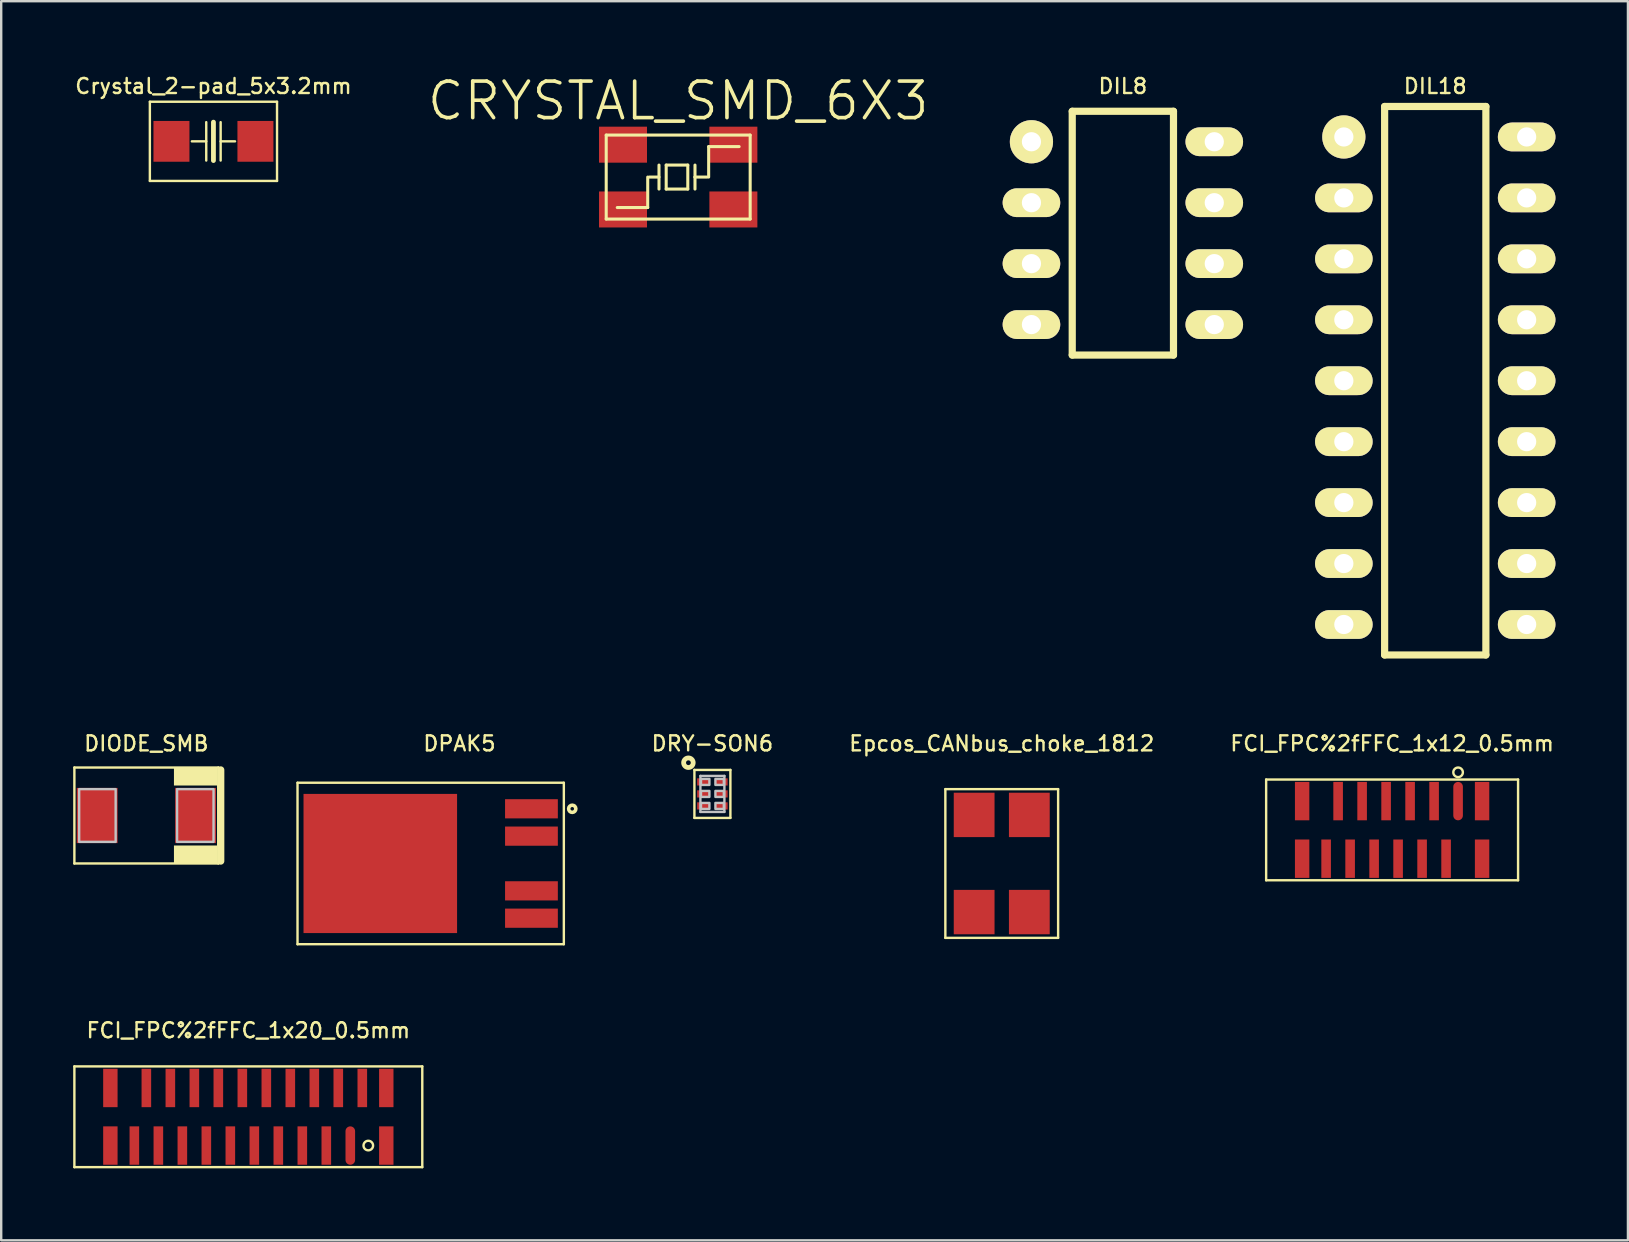
<source format=kicad_pcb>
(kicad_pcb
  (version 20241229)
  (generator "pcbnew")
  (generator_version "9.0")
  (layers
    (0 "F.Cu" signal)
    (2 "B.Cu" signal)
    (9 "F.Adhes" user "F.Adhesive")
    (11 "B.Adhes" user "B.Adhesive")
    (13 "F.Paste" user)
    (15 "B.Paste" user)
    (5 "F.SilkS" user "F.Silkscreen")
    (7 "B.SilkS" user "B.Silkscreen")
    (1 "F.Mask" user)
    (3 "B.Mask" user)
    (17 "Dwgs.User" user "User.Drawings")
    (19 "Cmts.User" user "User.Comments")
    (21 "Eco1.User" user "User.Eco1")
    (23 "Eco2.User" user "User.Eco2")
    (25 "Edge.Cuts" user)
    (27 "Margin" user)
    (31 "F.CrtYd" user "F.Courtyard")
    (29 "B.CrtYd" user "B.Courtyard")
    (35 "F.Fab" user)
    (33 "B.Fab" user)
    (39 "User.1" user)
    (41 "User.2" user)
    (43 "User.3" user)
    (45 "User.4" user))
  (footprint "CRYSTAL_SMD_6X3"
    (layer "F.Cu")
    (at 25.216 4.33)
    (property "Reference" "CRYSTAL_SMD_6X3" (at 0 -3.175 0) (layer "F.SilkS") (effects (font (size 1.524 1.524) (thickness 0.15))))
    (attr through_hole)
    (fp_line (start -3 -1.75) (end 3 -1.75) (stroke (width 0.127) (type solid)) (layer "F.SilkS"))
    (fp_line (start -3 1.75) (end -3 -1.75) (stroke (width 0.127) (type solid)) (layer "F.SilkS"))
    (fp_line (start -2.54 1.27) (end -1.27 1.27) (stroke (width 0.127) (type solid)) (layer "F.SilkS"))
    (fp_line (start -1.27 1.27) (end -1.27 0) (stroke (width 0.127) (type solid)) (layer "F.SilkS"))
    (fp_line (start -1.2 0) (end -0.8 0) (stroke (width 0.127) (type solid)) (layer "F.SilkS"))
    (fp_line (start -0.8 -0.5) (end -0.8 0.5) (stroke (width 0.127) (type solid)) (layer "F.SilkS"))
    (fp_line (start -0.5 -0.5) (end -0.5 0.5) (stroke (width 0.127) (type solid)) (layer "F.SilkS"))
    (fp_line (start -0.5 0.5) (end 0.4 0.5) (stroke (width 0.127) (type solid)) (layer "F.SilkS"))
    (fp_line (start 0.4 -0.5) (end -0.5 -0.5) (stroke (width 0.127) (type solid)) (layer "F.SilkS"))
    (fp_line (start 0.4 0.5) (end 0.4 -0.5) (stroke (width 0.127) (type solid)) (layer "F.SilkS"))
    (fp_line (start 0.7 0) (end 0.7 -0.5) (stroke (width 0.127) (type solid)) (layer "F.SilkS"))
    (fp_line (start 0.7 0) (end 0.7 0.5) (stroke (width 0.127) (type solid)) (layer "F.SilkS"))
    (fp_line (start 1.2 0) (end 0.7 0) (stroke (width 0.127) (type solid)) (layer "F.SilkS"))
    (fp_line (start 1.27 -1.27) (end 1.27 0) (stroke (width 0.127) (type solid)) (layer "F.SilkS"))
    (fp_line (start 2.54 -1.27) (end 1.27 -1.27) (stroke (width 0.127) (type solid)) (layer "F.SilkS"))
    (fp_line (start 3 -1.75) (end 3 1.75) (stroke (width 0.127) (type solid)) (layer "F.SilkS"))
    (fp_line (start 3 1.75) (end -3 1.75) (stroke (width 0.127) (type solid)) (layer "F.SilkS"))
    (pad "1" smd rect (at -2.3 1.35) (size 2 1.5) (layers "F.Cu" "F.Mask" "F.Paste"))
    (pad "2" smd rect (at 2.3 -1.35) (size 2 1.5) (layers "F.Cu" "F.Mask" "F.Paste"))
    (pad "PNC1" smd rect (at -2.3 -1.35) (size 2 1.5) (layers "F.Cu" "F.Mask" "F.Paste"))
    (pad "PNC2" smd rect (at 2.3 1.35) (size 2 1.5) (layers "F.Cu" "F.Mask" "F.Paste")))
  (footprint "DIODE_SMB"
    (layer "F.Cu")
    (at 3.05 30.939)
    (property "Reference" "DIODE_SMB" (at 0 -3 0) (layer "F.SilkS") (effects (font (size 0.625 0.625) (thickness 0.1))))
    (attr through_hole)
    (fp_line (start -3 -2) (end -3 2) (stroke (width 0.1) (type solid)) (layer "F.SilkS"))
    (fp_line (start -3 2) (end 3 2) (stroke (width 0.1) (type solid)) (layer "F.SilkS"))
    (fp_line (start 3 -2) (end -3 -2) (stroke (width 0.1) (type solid)) (layer "F.SilkS"))
    (fp_line (start 3 2) (end 3 -2) (stroke (width 0.1) (type solid)) (layer "F.SilkS"))
    (fp_line (start 3.1 1.9) (end 3.1 -1.9) (stroke (width 0.3) (type solid)) (layer "F.SilkS"))
    (fp_poly (pts (xy 1.15 -2) (xy 1.15 -1.25) (xy 2.95 -1.25) (xy 2.95 -2) (xy 1.15 -2)) (stroke (width 0) (type solid)) (fill yes) (layer "F.SilkS"))
    (fp_poly (pts (xy 1.15 1.25) (xy 1.15 2) (xy 2.95 2) (xy 2.95 1.25) (xy 1.15 1.25)) (stroke (width 0) (type solid)) (fill yes) (layer "F.SilkS"))
    (fp_poly (pts (xy -2.8 -1.1) (xy -2.8 1.1) (xy -1.28 1.1) (xy -1.28 -1.1) (xy -2.8 -1.1)) (stroke (width 0.1) (type solid)) (fill no) (layer "Dwgs.User"))
    (fp_poly (pts (xy 1.28 -1.1) (xy 1.28 1.1) (xy 2.8 1.1) (xy 2.8 -1.1) (xy 1.28 -1.1)) (stroke (width 0.1) (type solid)) (fill no) (layer "Dwgs.User"))
    (pad "1" smd rect (at -2.05 0) (size 1.7 2.3) (layers "F.Cu" "F.Mask" "F.Paste"))
    (pad "2" smd rect (at 2.05 0) (size 1.7 2.3) (layers "F.Cu" "F.Mask" "F.Paste")))
  (footprint "DIL18"
    (layer "F.Cu")
    (at 56.769 12.818)
    (property "Reference" "DIL18" (at 0 -12.277 0) (layer "F.SilkS") (effects (font (size 0.625 0.625) (thickness 0.1))))
    (attr through_hole)
    (fp_line (start -2.11 11.43) (end -2.11 -11.43) (stroke (width 0.3) (type solid)) (layer "F.SilkS"))
    (fp_line (start -2.11 11.43) (end 2.11 11.43) (stroke (width 0.3) (type solid)) (layer "F.SilkS"))
    (fp_line (start 2.11 -11.43) (end -2.11 -11.43) (stroke (width 0.3) (type solid)) (layer "F.SilkS"))
    (fp_line (start 2.11 -11.43) (end 2.11 11.43) (stroke (width 0.3) (type solid)) (layer "F.SilkS"))
    (pad "1" thru_hole circle (at -3.81 -10.16 180) (size 1.8 1.8) (drill 0.8) (layers "*.Cu" "*.Mask" "F.SilkS"))
    (pad "2" thru_hole oval (at -3.81 -7.62 180) (size 2.4 1.2) (drill 0.8) (layers "*.Cu" "*.Mask" "F.SilkS"))
    (pad "3" thru_hole oval (at -3.81 -5.08 180) (size 2.4 1.2) (drill 0.8) (layers "*.Cu" "*.Mask" "F.SilkS"))
    (pad "4" thru_hole oval (at -3.81 -2.54 180) (size 2.4 1.2) (drill 0.8) (layers "*.Cu" "*.Mask" "F.SilkS"))
    (pad "5" thru_hole oval (at -3.81 0 180) (size 2.4 1.2) (drill 0.8) (layers "*.Cu" "*.Mask" "F.SilkS"))
    (pad "6" thru_hole oval (at -3.81 2.54 180) (size 2.4 1.2) (drill 0.8) (layers "*.Cu" "*.Mask" "F.SilkS"))
    (pad "7" thru_hole oval (at -3.81 5.08 180) (size 2.4 1.2) (drill 0.8) (layers "*.Cu" "*.Mask" "F.SilkS"))
    (pad "8" thru_hole oval (at -3.81 7.62 180) (size 2.4 1.2) (drill 0.8) (layers "*.Cu" "*.Mask" "F.SilkS"))
    (pad "9" thru_hole oval (at -3.81 10.16 180) (size 2.4 1.2) (drill 0.8) (layers "*.Cu" "*.Mask" "F.SilkS"))
    (pad "10" thru_hole oval (at 3.81 10.16) (size 2.4 1.2) (drill 0.8) (layers "*.Cu" "*.Mask" "F.SilkS"))
    (pad "11" thru_hole oval (at 3.81 7.62) (size 2.4 1.2) (drill 0.8) (layers "*.Cu" "*.Mask" "F.SilkS"))
    (pad "12" thru_hole oval (at 3.81 5.08) (size 2.4 1.2) (drill 0.8) (layers "*.Cu" "*.Mask" "F.SilkS"))
    (pad "13" thru_hole oval (at 3.81 2.54) (size 2.4 1.2) (drill 0.8) (layers "*.Cu" "*.Mask" "F.SilkS"))
    (pad "14" thru_hole oval (at 3.81 0) (size 2.4 1.2) (drill 0.8) (layers "*.Cu" "*.Mask" "F.SilkS"))
    (pad "15" thru_hole oval (at 3.81 -2.54) (size 2.4 1.2) (drill 0.8) (layers "*.Cu" "*.Mask" "F.SilkS"))
    (pad "16" thru_hole oval (at 3.81 -5.08) (size 2.4 1.2) (drill 0.8) (layers "*.Cu" "*.Mask" "F.SilkS"))
    (pad "17" thru_hole oval (at 3.81 -7.62) (size 2.4 1.2) (drill 0.8) (layers "*.Cu" "*.Mask" "F.SilkS"))
    (pad "18" thru_hole oval (at 3.81 -10.16) (size 2.4 1.2) (drill 0.8) (layers "*.Cu" "*.Mask" "F.SilkS")))
  (footprint "FCI_FPC%2fFFC_1x20_0.5mm"
    (layer "F.Cu")
    (at 7.3 43.495)
    (property "Reference" "FCI_FPC%2fFFC_1x20_0.5mm" (at 0 -3.6 0) (layer "F.SilkS") (effects (font (size 0.625 0.625) (thickness 0.1))))
    (attr through_hole)
    (fp_line (start -7.25 -2.1) (end -7.25 2.1) (stroke (width 0.1) (type solid)) (layer "F.SilkS"))
    (fp_line (start -7.25 2.1) (end 7.25 2.1) (stroke (width 0.1) (type solid)) (layer "F.SilkS"))
    (fp_line (start 7.25 -2.1) (end -7.25 -2.1) (stroke (width 0.1) (type solid)) (layer "F.SilkS"))
    (fp_line (start 7.25 2.1) (end 7.25 -2.1) (stroke (width 0.1) (type solid)) (layer "F.SilkS"))
    (fp_circle (center 5 1.2) (end 5.141 1.341) (stroke (width 0.1) (type solid)) (fill no) (layer "F.SilkS"))
    (pad "1" smd oval (at 4.25 1.2 90) (size 1.6 0.4) (layers "F.Cu" "F.Mask" "F.Paste"))
    (pad "2" smd rect (at 4.75 -1.2 270) (size 1.6 0.4) (layers "F.Cu" "F.Mask" "F.Paste"))
    (pad "3" smd rect (at 3.25 1.2 90) (size 1.6 0.4) (layers "F.Cu" "F.Mask" "F.Paste"))
    (pad "4" smd rect (at 3.75 -1.2 270) (size 1.6 0.4) (layers "F.Cu" "F.Mask" "F.Paste"))
    (pad "5" smd rect (at 2.25 1.2 90) (size 1.6 0.4) (layers "F.Cu" "F.Mask" "F.Paste"))
    (pad "6" smd rect (at 2.75 -1.2 270) (size 1.6 0.4) (layers "F.Cu" "F.Mask" "F.Paste"))
    (pad "7" smd rect (at 1.25 1.2 90) (size 1.6 0.4) (layers "F.Cu" "F.Mask" "F.Paste"))
    (pad "8" smd rect (at 1.75 -1.2 270) (size 1.6 0.4) (layers "F.Cu" "F.Mask" "F.Paste"))
    (pad "9" smd rect (at 0.25 1.2 90) (size 1.6 0.4) (layers "F.Cu" "F.Mask" "F.Paste"))
    (pad "10" smd rect (at 0.75 -1.2 270) (size 1.6 0.4) (layers "F.Cu" "F.Mask" "F.Paste"))
    (pad "11" smd rect (at -0.75 1.2 90) (size 1.6 0.4) (layers "F.Cu" "F.Mask" "F.Paste"))
    (pad "12" smd rect (at -0.25 -1.2 270) (size 1.6 0.4) (layers "F.Cu" "F.Mask" "F.Paste"))
    (pad "13" smd rect (at -1.75 1.2 90) (size 1.6 0.4) (layers "F.Cu" "F.Mask" "F.Paste"))
    (pad "14" smd rect (at -1.25 -1.2 270) (size 1.6 0.4) (layers "F.Cu" "F.Mask" "F.Paste"))
    (pad "15" smd rect (at -2.75 1.2 90) (size 1.6 0.4) (layers "F.Cu" "F.Mask" "F.Paste"))
    (pad "16" smd rect (at -2.25 -1.2 270) (size 1.6 0.4) (layers "F.Cu" "F.Mask" "F.Paste"))
    (pad "17" smd rect (at -3.75 1.2 90) (size 1.6 0.4) (layers "F.Cu" "F.Mask" "F.Paste"))
    (pad "18" smd rect (at -3.25 -1.2 270) (size 1.6 0.4) (layers "F.Cu" "F.Mask" "F.Paste"))
    (pad "19" smd rect (at -4.75 1.2 90) (size 1.6 0.4) (layers "F.Cu" "F.Mask" "F.Paste"))
    (pad "20" smd rect (at -4.25 -1.2 270) (size 1.6 0.4) (layers "F.Cu" "F.Mask" "F.Paste"))
    (pad "21" smd rect (at 5.75 1.2 180) (size 0.6 1.6) (layers "F.Cu" "F.Mask" "F.Paste"))
    (pad "22" smd rect (at 5.75 -1.2) (size 0.6 1.6) (layers "F.Cu" "F.Mask" "F.Paste"))
    (pad "23" smd rect (at -5.75 1.2) (size 0.6 1.6) (layers "F.Cu" "F.Mask" "F.Paste"))
    (pad "24" smd rect (at -5.75 -1.2 180) (size 0.6 1.6) (layers "F.Cu" "F.Mask" "F.Paste")))
  (footprint "Epcos_CANbus_choke_1812"
    (layer "F.Cu")
    (at 38.701 32.939)
    (property "Reference" "Epcos_CANbus_choke_1812" (at 0 -5 0) (layer "F.SilkS") (effects (font (size 0.625 0.625) (thickness 0.1))))
    (attr through_hole)
    (fp_line (start -2.35 -3.1) (end -2.35 3.1) (stroke (width 0.1) (type solid)) (layer "F.SilkS"))
    (fp_line (start -2.35 3.1) (end 2.35 3.1) (stroke (width 0.1) (type solid)) (layer "F.SilkS"))
    (fp_line (start 2.35 -3.1) (end -2.35 -3.1) (stroke (width 0.1) (type solid)) (layer "F.SilkS"))
    (fp_line (start 2.35 3.1) (end 2.35 -3.1) (stroke (width 0.1) (type solid)) (layer "F.SilkS"))
    (pad "1" smd rect (at -1.15 -2.025 180) (size 1.7 1.85) (layers "F.Cu" "F.Mask" "F.Paste"))
    (pad "2" smd rect (at -1.15 2.025 180) (size 1.7 1.85) (layers "F.Cu" "F.Mask" "F.Paste"))
    (pad "3" smd rect (at 1.15 2.025) (size 1.7 1.85) (layers "F.Cu" "F.Mask" "F.Paste"))
    (pad "4" smd rect (at 1.15 -2.025) (size 1.7 1.85) (layers "F.Cu" "F.Mask" "F.Paste")))
  (footprint "Crystal_2-pad_5x3.2mm"
    (layer "F.Cu")
    (at 5.846 2.841)
    (property "Reference" "Crystal_2-pad_5x3.2mm" (at 0 -2.3 0) (layer "F.SilkS") (effects (font (size 0.625 0.625) (thickness 0.1))))
    (attr through_hole)
    (fp_line (start -2.65 -1.65) (end -2.65 1.65) (stroke (width 0.1) (type solid)) (layer "F.SilkS"))
    (fp_line (start -2.65 1.65) (end 2.65 1.65) (stroke (width 0.1) (type solid)) (layer "F.SilkS"))
    (fp_line (start -0.3 0) (end -0.9 0) (stroke (width 0.1) (type solid)) (layer "F.SilkS"))
    (fp_line (start -0.3 0.8) (end -0.3 -0.8) (stroke (width 0.1) (type solid)) (layer "F.SilkS"))
    (fp_line (start 0 0.8) (end 0 -0.8) (stroke (width 0.2) (type solid)) (layer "F.SilkS"))
    (fp_line (start 0.3 0) (end 0.9 0) (stroke (width 0.1) (type solid)) (layer "F.SilkS"))
    (fp_line (start 0.3 0.8) (end 0.3 -0.8) (stroke (width 0.1) (type solid)) (layer "F.SilkS"))
    (fp_line (start 2.65 -1.65) (end -2.65 -1.65) (stroke (width 0.1) (type solid)) (layer "F.SilkS"))
    (fp_line (start 2.65 1.65) (end 2.65 -1.65) (stroke (width 0.1) (type solid)) (layer "F.SilkS"))
    (pad "1" smd rect (at -1.75 0) (size 1.5 1.7) (layers "F.Cu" "F.Mask" "F.Paste"))
    (pad "2" smd rect (at 1.75 0) (size 1.5 1.7) (layers "F.Cu" "F.Mask" "F.Paste")))
  (footprint "DRY-SON6"
    (layer "F.Cu")
    (at 26.642 30.039)
    (property "Reference" "DRY-SON6" (at 0 -2.1 0) (layer "F.SilkS") (effects (font (size 0.625 0.625) (thickness 0.1))))
    (attr through_hole)
    (fp_line (start -0.75 -1) (end -0.75 1) (stroke (width 0.1) (type solid)) (layer "F.SilkS"))
    (fp_line (start -0.75 1) (end 0.75 1) (stroke (width 0.1) (type solid)) (layer "F.SilkS"))
    (fp_line (start 0.75 -1) (end -0.75 -1) (stroke (width 0.1) (type solid)) (layer "F.SilkS"))
    (fp_line (start 0.75 1) (end 0.75 -1) (stroke (width 0.1) (type solid)) (layer "F.SilkS"))
    (fp_circle (center -1 -1.3) (end -0.859 -1.159) (stroke (width 0.2) (type solid)) (fill no) (layer "F.SilkS"))
    (fp_line (start -0.5 -0.75) (end -0.5 0.75) (stroke (width 0.1) (type solid)) (layer "Dwgs.User"))
    (fp_line (start -0.5 0.75) (end 0.5 0.75) (stroke (width 0.1) (type solid)) (layer "Dwgs.User"))
    (fp_line (start 0.5 -0.75) (end -0.5 -0.75) (stroke (width 0.1) (type solid)) (layer "Dwgs.User"))
    (fp_line (start 0.5 0.75) (end 0.5 -0.75) (stroke (width 0.1) (type solid)) (layer "Dwgs.User"))
    (fp_poly (pts (xy -0.475 -0.625) (xy -0.475 -0.375) (xy -0.125 -0.375) (xy -0.125 -0.625) (xy -0.475 -0.625)) (stroke (width 0.1) (type solid)) (fill no) (layer "Dwgs.User"))
    (fp_poly (pts (xy -0.475 -0.125) (xy -0.475 0.125) (xy -0.125 0.125) (xy -0.125 -0.125) (xy -0.475 -0.125)) (stroke (width 0.1) (type solid)) (fill no) (layer "Dwgs.User"))
    (fp_poly (pts (xy -0.475 0.375) (xy -0.475 0.625) (xy -0.125 0.625) (xy -0.125 0.375) (xy -0.475 0.375)) (stroke (width 0.1) (type solid)) (fill no) (layer "Dwgs.User"))
    (fp_poly (pts (xy 0.125 -0.625) (xy 0.125 -0.375) (xy 0.475 -0.375) (xy 0.475 -0.625) (xy 0.125 -0.625)) (stroke (width 0.1) (type solid)) (fill no) (layer "Dwgs.User"))
    (fp_poly (pts (xy 0.125 -0.125) (xy 0.125 0.125) (xy 0.475 0.125) (xy 0.475 -0.125) (xy 0.125 -0.125)) (stroke (width 0.1) (type solid)) (fill no) (layer "Dwgs.User"))
    (fp_poly (pts (xy 0.125 0.375) (xy 0.125 0.625) (xy 0.475 0.625) (xy 0.475 0.375) (xy 0.125 0.375)) (stroke (width 0.1) (type solid)) (fill no) (layer "Dwgs.User"))
    (pad "1" smd rect (at -0.375 -0.5 180) (size 0.52 0.3) (layers "F.Cu" "F.Mask" "F.Paste"))
    (pad "2" smd rect (at -0.375 0 180) (size 0.52 0.3) (layers "F.Cu" "F.Mask" "F.Paste"))
    (pad "3" smd rect (at -0.375 0.5 180) (size 0.52 0.3) (layers "F.Cu" "F.Mask" "F.Paste"))
    (pad "4" smd rect (at 0.375 0.5) (size 0.52 0.3) (layers "F.Cu" "F.Mask" "F.Paste"))
    (pad "5" smd rect (at 0.375 0) (size 0.52 0.3) (layers "F.Cu" "F.Mask" "F.Paste"))
    (pad "6" smd rect (at 0.375 -0.5) (size 0.52 0.3) (layers "F.Cu" "F.Mask" "F.Paste")))
  (footprint "DIL8"
    (layer "F.Cu")
    (at 43.749 6.668)
    (property "Reference" "DIL8" (at 0 -6.127 0) (layer "F.SilkS") (effects (font (size 0.625 0.625) (thickness 0.1))))
    (attr through_hole)
    (fp_line (start -2.11 5.08) (end -2.11 -5.08) (stroke (width 0.3) (type solid)) (layer "F.SilkS"))
    (fp_line (start -2.11 5.08) (end 2.11 5.08) (stroke (width 0.3) (type solid)) (layer "F.SilkS"))
    (fp_line (start 2.11 -5.08) (end -2.11 -5.08) (stroke (width 0.3) (type solid)) (layer "F.SilkS"))
    (fp_line (start 2.11 -5.08) (end 2.11 5.08) (stroke (width 0.3) (type solid)) (layer "F.SilkS"))
    (pad "1" thru_hole circle (at -3.81 -3.81 180) (size 1.8 1.8) (drill 0.8) (layers "*.Cu" "*.Mask" "F.SilkS"))
    (pad "2" thru_hole oval (at -3.81 -1.27 180) (size 2.4 1.2) (drill 0.8) (layers "*.Cu" "*.Mask" "F.SilkS"))
    (pad "3" thru_hole oval (at -3.81 1.27 180) (size 2.4 1.2) (drill 0.8) (layers "*.Cu" "*.Mask" "F.SilkS"))
    (pad "4" thru_hole oval (at -3.81 3.81 180) (size 2.4 1.2) (drill 0.8) (layers "*.Cu" "*.Mask" "F.SilkS"))
    (pad "5" thru_hole oval (at 3.81 3.81) (size 2.4 1.2) (drill 0.8) (layers "*.Cu" "*.Mask" "F.SilkS"))
    (pad "6" thru_hole oval (at 3.81 1.27) (size 2.4 1.2) (drill 0.8) (layers "*.Cu" "*.Mask" "F.SilkS"))
    (pad "7" thru_hole oval (at 3.81 -1.27) (size 2.4 1.2) (drill 0.8) (layers "*.Cu" "*.Mask" "F.SilkS"))
    (pad "8" thru_hole oval (at 3.81 -3.81) (size 2.4 1.2) (drill 0.8) (layers "*.Cu" "*.Mask" "F.SilkS")))
  (footprint "FCI_FPC%2fFFC_1x12_0.5mm"
    (layer "F.Cu")
    (at 54.971 31.539)
    (property "Reference" "FCI_FPC%2fFFC_1x12_0.5mm" (at 0 -3.6 0) (layer "F.SilkS") (effects (font (size 0.625 0.625) (thickness 0.1))))
    (attr through_hole)
    (fp_line (start -5.25 -2.1) (end -5.25 2.1) (stroke (width 0.1) (type solid)) (layer "F.SilkS"))
    (fp_line (start -5.25 2.1) (end 5.25 2.1) (stroke (width 0.1) (type solid)) (layer "F.SilkS"))
    (fp_line (start 5.25 -2.1) (end -5.25 -2.1) (stroke (width 0.1) (type solid)) (layer "F.SilkS"))
    (fp_line (start 5.25 2.1) (end 5.25 -2.1) (stroke (width 0.1) (type solid)) (layer "F.SilkS"))
    (fp_circle (center 2.75 -2.4) (end 2.891 -2.259) (stroke (width 0.1) (type solid)) (fill no) (layer "F.SilkS"))
    (pad "1" smd oval (at 2.75 -1.2 270) (size 1.6 0.4) (layers "F.Cu" "F.Mask" "F.Paste"))
    (pad "2" smd rect (at 2.25 1.2 90) (size 1.6 0.4) (layers "F.Cu" "F.Mask" "F.Paste"))
    (pad "3" smd rect (at 1.75 -1.2 270) (size 1.6 0.4) (layers "F.Cu" "F.Mask" "F.Paste"))
    (pad "4" smd rect (at 1.25 1.2 90) (size 1.6 0.4) (layers "F.Cu" "F.Mask" "F.Paste"))
    (pad "5" smd rect (at 0.75 -1.2 270) (size 1.6 0.4) (layers "F.Cu" "F.Mask" "F.Paste"))
    (pad "6" smd rect (at 0.25 1.2 90) (size 1.6 0.4) (layers "F.Cu" "F.Mask" "F.Paste"))
    (pad "7" smd rect (at -0.25 -1.2 270) (size 1.6 0.4) (layers "F.Cu" "F.Mask" "F.Paste"))
    (pad "8" smd rect (at -0.75 1.2 90) (size 1.6 0.4) (layers "F.Cu" "F.Mask" "F.Paste"))
    (pad "9" smd rect (at -1.25 -1.2 270) (size 1.6 0.4) (layers "F.Cu" "F.Mask" "F.Paste"))
    (pad "10" smd rect (at -1.75 1.2 90) (size 1.6 0.4) (layers "F.Cu" "F.Mask" "F.Paste"))
    (pad "11" smd rect (at -2.25 -1.2 270) (size 1.6 0.4) (layers "F.Cu" "F.Mask" "F.Paste"))
    (pad "12" smd rect (at -2.75 1.2 90) (size 1.6 0.4) (layers "F.Cu" "F.Mask" "F.Paste"))
    (pad "13" smd rect (at 3.75 -1.2) (size 0.6 1.6) (layers "F.Cu" "F.Mask" "F.Paste"))
    (pad "14" smd rect (at 3.75 1.2 180) (size 0.6 1.6) (layers "F.Cu" "F.Mask" "F.Paste"))
    (pad "15" smd rect (at -3.75 -1.2 180) (size 0.6 1.6) (layers "F.Cu" "F.Mask" "F.Paste"))
    (pad "16" smd rect (at -3.75 1.2) (size 0.6 1.6) (layers "F.Cu" "F.Mask" "F.Paste")))
  (footprint "DPAK5"
    (layer "F.Cu")
    (at 19.1 32.939)
    (property "Reference" "DPAK5" (at -3 -5 0) (layer "F.SilkS") (effects (font (size 0.625 0.625) (thickness 0.1))))
    (attr through_hole)
    (fp_line (start -9.75 -3.365) (end -9.75 3.365) (stroke (width 0.1) (type solid)) (layer "F.SilkS"))
    (fp_line (start -9.75 3.365) (end 1.35 3.365) (stroke (width 0.1) (type solid)) (layer "F.SilkS"))
    (fp_line (start 1.35 -3.365) (end -9.75 -3.365) (stroke (width 0.1) (type solid)) (layer "F.SilkS"))
    (fp_line (start 1.35 3.365) (end 1.35 -3.365) (stroke (width 0.1) (type solid)) (layer "F.SilkS"))
    (fp_circle (center 1.7 -2.28) (end 1.806 -2.174) (stroke (width 0.15) (type solid)) (fill no) (layer "F.SilkS"))
    (pad "1" smd rect (at 0 -2.28) (size 2.2 0.8) (layers "F.Cu" "F.Mask" "F.Paste"))
    (pad "2" smd rect (at 0 -1.14) (size 2.2 0.8) (layers "F.Cu" "F.Mask" "F.Paste"))
    (pad "4" smd rect (at 0 1.14) (size 2.2 0.8) (layers "F.Cu" "F.Mask" "F.Paste"))
    (pad "5" smd rect (at 0 2.28) (size 2.2 0.8) (layers "F.Cu" "F.Mask" "F.Paste"))
    (pad "6" smd rect (at -6.3 0) (size 6.4 5.8) (layers "F.Cu" "F.Mask" "F.Paste")))
  (gr_rect
    (start -3 -3)
    (end 64.8 48.645)
    (stroke (width 0.1) (type default))
    (fill no)
    (layer "Edge.Cuts")))
</source>
